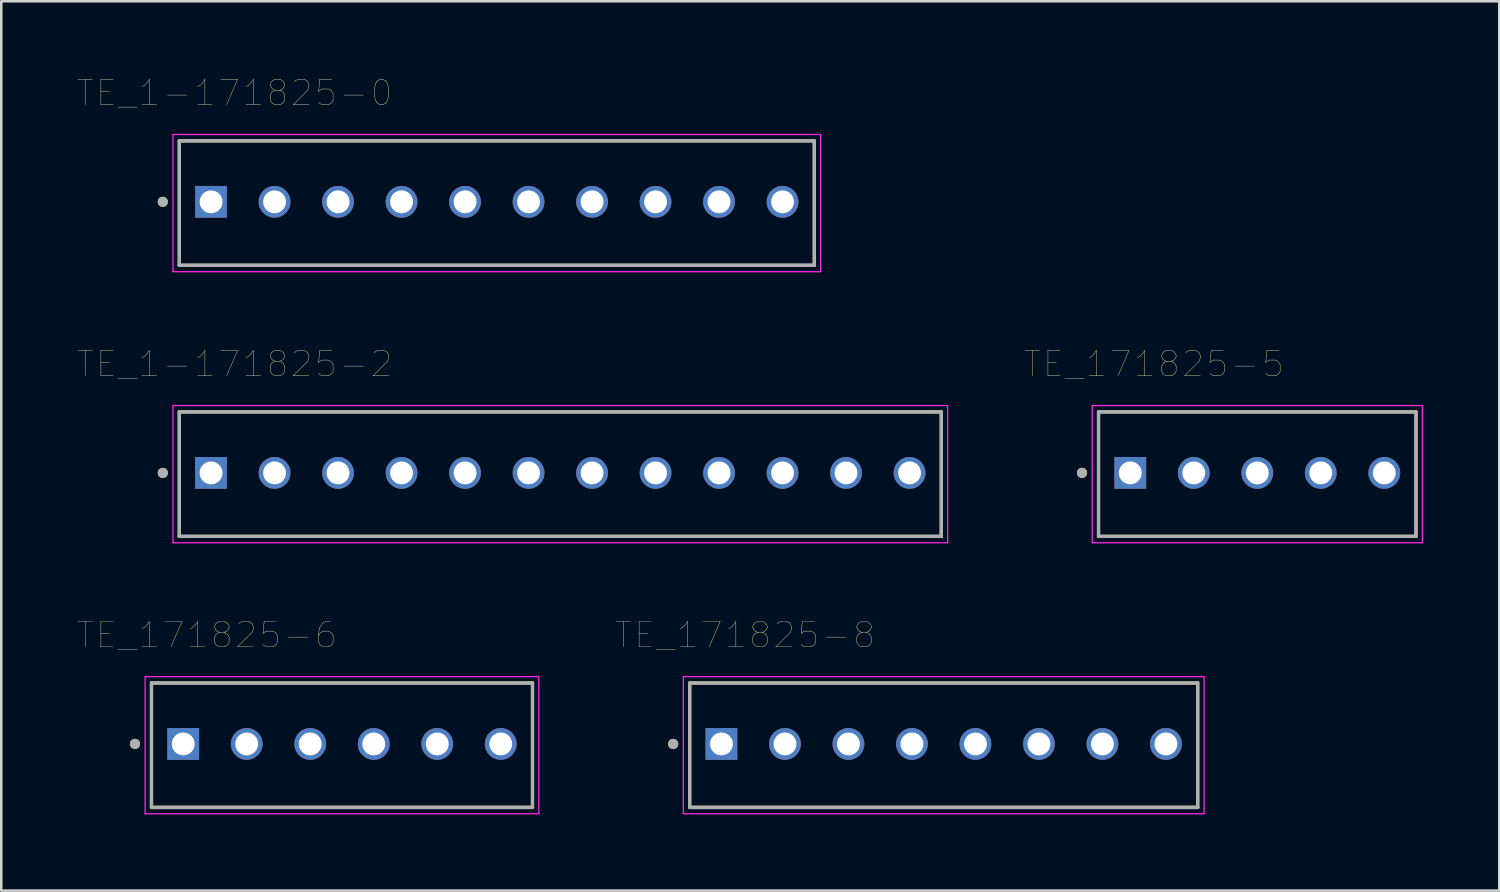
<source format=kicad_pcb>
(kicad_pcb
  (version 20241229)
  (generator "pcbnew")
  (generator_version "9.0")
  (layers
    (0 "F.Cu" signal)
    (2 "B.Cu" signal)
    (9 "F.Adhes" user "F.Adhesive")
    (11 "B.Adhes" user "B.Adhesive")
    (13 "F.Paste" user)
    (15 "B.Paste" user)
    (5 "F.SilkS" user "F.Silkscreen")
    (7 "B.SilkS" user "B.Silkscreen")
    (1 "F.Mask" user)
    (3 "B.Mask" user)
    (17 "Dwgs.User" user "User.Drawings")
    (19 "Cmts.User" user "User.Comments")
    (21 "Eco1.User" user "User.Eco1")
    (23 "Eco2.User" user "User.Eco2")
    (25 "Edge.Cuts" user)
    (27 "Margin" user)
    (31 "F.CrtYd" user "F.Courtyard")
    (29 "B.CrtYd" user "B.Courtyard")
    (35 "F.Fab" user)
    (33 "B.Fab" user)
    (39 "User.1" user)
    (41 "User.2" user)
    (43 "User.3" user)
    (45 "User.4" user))
  (footprint "TE_1-171825-2"
    (layer "F.Cu")
    (at 5.259 15.568)
    (property "Reference" "TE_1-171825-2" (at 0.925 -4.285 0) (layer "F.SilkS") (effects (font (size 1 1) (thickness 0.015))))
    (attr through_hole)
    (fp_line (start -1.25 2.5) (end -1.25 -2.4) (stroke (width 0.127) (type solid)) (layer "F.SilkS"))
    (fp_line (start 28.75 -2.4) (end -1.25 -2.4) (stroke (width 0.127) (type solid)) (layer "F.SilkS"))
    (fp_line (start 28.75 -2.4) (end 28.75 2.5) (stroke (width 0.127) (type solid)) (layer "F.SilkS"))
    (fp_line (start 28.75 2.5) (end -1.25 2.5) (stroke (width 0.127) (type solid)) (layer "F.SilkS"))
    (fp_circle (center -1.9 0) (end -1.8 0) (stroke (width 0.2) (type solid)) (fill no) (layer "F.SilkS"))
    (fp_line (start -1.5 -2.65) (end 29 -2.65) (stroke (width 0.05) (type solid)) (layer "F.CrtYd"))
    (fp_line (start -1.5 2.75) (end -1.5 -2.65) (stroke (width 0.05) (type solid)) (layer "F.CrtYd"))
    (fp_line (start 29 -2.65) (end 29 2.75) (stroke (width 0.05) (type solid)) (layer "F.CrtYd"))
    (fp_line (start 29 2.75) (end -1.5 2.75) (stroke (width 0.05) (type solid)) (layer "F.CrtYd"))
    (fp_line (start -1.25 -2.4) (end 28.75 -2.4) (stroke (width 0.127) (type solid)) (layer "F.Fab"))
    (fp_line (start -1.25 2.5) (end -1.25 -2.4) (stroke (width 0.127) (type solid)) (layer "F.Fab"))
    (fp_line (start -1.25 2.5) (end -1.25 2.5) (stroke (width 0.127) (type solid)) (layer "F.Fab"))
    (fp_line (start -1.25 2.5) (end 28.75 2.5) (stroke (width 0.127) (type solid)) (layer "F.Fab"))
    (fp_line (start 28.75 -2.4) (end 28.75 2.5) (stroke (width 0.127) (type solid)) (layer "F.Fab"))
    (fp_line (start 28.75 2.5) (end -1.25 2.5) (stroke (width 0.127) (type solid)) (layer "F.Fab"))
    (fp_line (start 28.75 2.5) (end 28.75 2.5) (stroke (width 0.127) (type solid)) (layer "F.Fab"))
    (fp_circle (center -1.9 0) (end -1.8 0) (stroke (width 0.2) (type solid)) (fill no) (layer "F.Fab"))
    (pad "1" thru_hole rect (at 0 0) (size 1.25 1.25) (drill 0.9) (layers "*.Cu" "*.Mask"))
    (pad "2" thru_hole circle (at 2.5 0) (size 1.25 1.25) (drill 0.9) (layers "*.Cu" "*.Mask"))
    (pad "3" thru_hole circle (at 5 0) (size 1.25 1.25) (drill 0.9) (layers "*.Cu" "*.Mask"))
    (pad "4" thru_hole circle (at 7.5 0) (size 1.25 1.25) (drill 0.9) (layers "*.Cu" "*.Mask"))
    (pad "5" thru_hole circle (at 10 0) (size 1.25 1.25) (drill 0.9) (layers "*.Cu" "*.Mask"))
    (pad "6" thru_hole circle (at 12.5 0) (size 1.25 1.25) (drill 0.9) (layers "*.Cu" "*.Mask"))
    (pad "7" thru_hole circle (at 15 0) (size 1.25 1.25) (drill 0.9) (layers "*.Cu" "*.Mask"))
    (pad "8" thru_hole circle (at 17.5 0) (size 1.25 1.25) (drill 0.9) (layers "*.Cu" "*.Mask"))
    (pad "9" thru_hole circle (at 20 0) (size 1.25 1.25) (drill 0.9) (layers "*.Cu" "*.Mask"))
    (pad "10" thru_hole circle (at 22.5 0) (size 1.25 1.25) (drill 0.9) (layers "*.Cu" "*.Mask"))
    (pad "11" thru_hole circle (at 25 0) (size 1.25 1.25) (drill 0.9) (layers "*.Cu" "*.Mask"))
    (pad "12" thru_hole circle (at 27.5 0) (size 1.25 1.25) (drill 0.9) (layers "*.Cu" "*.Mask")))
  (footprint "TE_171825-6"
    (layer "F.Cu")
    (at 4.164 26.239)
    (property "Reference" "TE_171825-6" (at 0.925 -4.285 0) (layer "F.SilkS") (effects (font (size 1 1) (thickness 0.015))))
    (attr through_hole)
    (fp_line (start -1.25 2.5) (end -1.25 -2.4) (stroke (width 0.127) (type solid)) (layer "F.SilkS"))
    (fp_line (start 13.75 -2.4) (end -1.25 -2.4) (stroke (width 0.127) (type solid)) (layer "F.SilkS"))
    (fp_line (start 13.75 -2.4) (end 13.75 2.5) (stroke (width 0.127) (type solid)) (layer "F.SilkS"))
    (fp_line (start 13.75 2.5) (end -1.25 2.5) (stroke (width 0.127) (type solid)) (layer "F.SilkS"))
    (fp_circle (center -1.9 0) (end -1.8 0) (stroke (width 0.2) (type solid)) (fill no) (layer "F.SilkS"))
    (fp_line (start -1.5 -2.65) (end 14 -2.65) (stroke (width 0.05) (type solid)) (layer "F.CrtYd"))
    (fp_line (start -1.5 2.75) (end -1.5 -2.65) (stroke (width 0.05) (type solid)) (layer "F.CrtYd"))
    (fp_line (start 14 -2.65) (end 14 2.75) (stroke (width 0.05) (type solid)) (layer "F.CrtYd"))
    (fp_line (start 14 2.75) (end -1.5 2.75) (stroke (width 0.05) (type solid)) (layer "F.CrtYd"))
    (fp_line (start -1.25 -2.4) (end 13.75 -2.4) (stroke (width 0.127) (type solid)) (layer "F.Fab"))
    (fp_line (start -1.25 2.5) (end -1.25 -2.4) (stroke (width 0.127) (type solid)) (layer "F.Fab"))
    (fp_line (start -1.25 2.5) (end -1.25 2.5) (stroke (width 0.127) (type solid)) (layer "F.Fab"))
    (fp_line (start -1.25 2.5) (end 13.75 2.5) (stroke (width 0.127) (type solid)) (layer "F.Fab"))
    (fp_line (start 13.75 -2.4) (end 13.75 2.5) (stroke (width 0.127) (type solid)) (layer "F.Fab"))
    (fp_line (start 13.75 2.5) (end -1.25 2.5) (stroke (width 0.127) (type solid)) (layer "F.Fab"))
    (fp_line (start 13.75 2.5) (end 13.75 2.5) (stroke (width 0.127) (type solid)) (layer "F.Fab"))
    (fp_circle (center -1.9 0) (end -1.8 0) (stroke (width 0.2) (type solid)) (fill no) (layer "F.Fab"))
    (pad "1" thru_hole rect (at 0 0) (size 1.25 1.25) (drill 0.9) (layers "*.Cu" "*.Mask"))
    (pad "2" thru_hole circle (at 2.5 0) (size 1.25 1.25) (drill 0.9) (layers "*.Cu" "*.Mask"))
    (pad "3" thru_hole circle (at 5 0) (size 1.25 1.25) (drill 0.9) (layers "*.Cu" "*.Mask"))
    (pad "4" thru_hole circle (at 7.5 0) (size 1.25 1.25) (drill 0.9) (layers "*.Cu" "*.Mask"))
    (pad "5" thru_hole circle (at 10 0) (size 1.25 1.25) (drill 0.9) (layers "*.Cu" "*.Mask"))
    (pad "6" thru_hole circle (at 12.5 0) (size 1.25 1.25) (drill 0.9) (layers "*.Cu" "*.Mask")))
  (footprint "TE_1-171825-0"
    (layer "F.Cu")
    (at 5.259 4.896)
    (property "Reference" "TE_1-171825-0" (at 0.925 -4.285 0) (layer "F.SilkS") (effects (font (size 1 1) (thickness 0.015))))
    (attr through_hole)
    (fp_line (start -1.25 2.5) (end -1.25 -2.4) (stroke (width 0.127) (type solid)) (layer "F.SilkS"))
    (fp_line (start 23.75 -2.4) (end -1.25 -2.4) (stroke (width 0.127) (type solid)) (layer "F.SilkS"))
    (fp_line (start 23.75 -2.4) (end 23.75 2.5) (stroke (width 0.127) (type solid)) (layer "F.SilkS"))
    (fp_line (start 23.75 2.5) (end -1.25 2.5) (stroke (width 0.127) (type solid)) (layer "F.SilkS"))
    (fp_circle (center -1.9 0) (end -1.8 0) (stroke (width 0.2) (type solid)) (fill no) (layer "F.SilkS"))
    (fp_line (start -1.5 -2.65) (end 24 -2.65) (stroke (width 0.05) (type solid)) (layer "F.CrtYd"))
    (fp_line (start -1.5 2.75) (end -1.5 -2.65) (stroke (width 0.05) (type solid)) (layer "F.CrtYd"))
    (fp_line (start 24 -2.65) (end 24 2.75) (stroke (width 0.05) (type solid)) (layer "F.CrtYd"))
    (fp_line (start 24 2.75) (end -1.5 2.75) (stroke (width 0.05) (type solid)) (layer "F.CrtYd"))
    (fp_line (start -1.25 -2.4) (end 23.75 -2.4) (stroke (width 0.127) (type solid)) (layer "F.Fab"))
    (fp_line (start -1.25 2.5) (end -1.25 -2.4) (stroke (width 0.127) (type solid)) (layer "F.Fab"))
    (fp_line (start -1.25 2.5) (end -1.25 2.5) (stroke (width 0.127) (type solid)) (layer "F.Fab"))
    (fp_line (start -1.25 2.5) (end 23.75 2.5) (stroke (width 0.127) (type solid)) (layer "F.Fab"))
    (fp_line (start 23.75 -2.4) (end 23.75 2.5) (stroke (width 0.127) (type solid)) (layer "F.Fab"))
    (fp_line (start 23.75 2.5) (end -1.25 2.5) (stroke (width 0.127) (type solid)) (layer "F.Fab"))
    (fp_line (start 23.75 2.5) (end 23.75 2.5) (stroke (width 0.127) (type solid)) (layer "F.Fab"))
    (fp_circle (center -1.9 0) (end -1.8 0) (stroke (width 0.2) (type solid)) (fill no) (layer "F.Fab"))
    (pad "1" thru_hole rect (at 0 0) (size 1.25 1.25) (drill 0.9) (layers "*.Cu" "*.Mask"))
    (pad "2" thru_hole circle (at 2.5 0) (size 1.25 1.25) (drill 0.9) (layers "*.Cu" "*.Mask"))
    (pad "3" thru_hole circle (at 5 0) (size 1.25 1.25) (drill 0.9) (layers "*.Cu" "*.Mask"))
    (pad "4" thru_hole circle (at 7.5 0) (size 1.25 1.25) (drill 0.9) (layers "*.Cu" "*.Mask"))
    (pad "5" thru_hole circle (at 10 0) (size 1.25 1.25) (drill 0.9) (layers "*.Cu" "*.Mask"))
    (pad "6" thru_hole circle (at 12.5 0) (size 1.25 1.25) (drill 0.9) (layers "*.Cu" "*.Mask"))
    (pad "7" thru_hole circle (at 15 0) (size 1.25 1.25) (drill 0.9) (layers "*.Cu" "*.Mask"))
    (pad "8" thru_hole circle (at 17.5 0) (size 1.25 1.25) (drill 0.9) (layers "*.Cu" "*.Mask"))
    (pad "9" thru_hole circle (at 20 0) (size 1.25 1.25) (drill 0.9) (layers "*.Cu" "*.Mask"))
    (pad "10" thru_hole circle (at 22.5 0) (size 1.25 1.25) (drill 0.9) (layers "*.Cu" "*.Mask")))
  (footprint "TE_171825-8"
    (layer "F.Cu")
    (at 25.353 26.239)
    (property "Reference" "TE_171825-8" (at 0.925 -4.285 0) (layer "F.SilkS") (effects (font (size 1 1) (thickness 0.015))))
    (attr through_hole)
    (fp_line (start -1.25 2.5) (end -1.25 -2.4) (stroke (width 0.127) (type solid)) (layer "F.SilkS"))
    (fp_line (start 18.75 -2.4) (end -1.25 -2.4) (stroke (width 0.127) (type solid)) (layer "F.SilkS"))
    (fp_line (start 18.75 -2.4) (end 18.75 2.5) (stroke (width 0.127) (type solid)) (layer "F.SilkS"))
    (fp_line (start 18.75 2.5) (end -1.25 2.5) (stroke (width 0.127) (type solid)) (layer "F.SilkS"))
    (fp_circle (center -1.9 0) (end -1.8 0) (stroke (width 0.2) (type solid)) (fill no) (layer "F.SilkS"))
    (fp_line (start -1.5 -2.65) (end 19 -2.65) (stroke (width 0.05) (type solid)) (layer "F.CrtYd"))
    (fp_line (start -1.5 2.75) (end -1.5 -2.65) (stroke (width 0.05) (type solid)) (layer "F.CrtYd"))
    (fp_line (start 19 -2.65) (end 19 2.75) (stroke (width 0.05) (type solid)) (layer "F.CrtYd"))
    (fp_line (start 19 2.75) (end -1.5 2.75) (stroke (width 0.05) (type solid)) (layer "F.CrtYd"))
    (fp_line (start -1.25 -2.4) (end 18.75 -2.4) (stroke (width 0.127) (type solid)) (layer "F.Fab"))
    (fp_line (start -1.25 2.5) (end -1.25 -2.4) (stroke (width 0.127) (type solid)) (layer "F.Fab"))
    (fp_line (start -1.25 2.5) (end -1.25 2.5) (stroke (width 0.127) (type solid)) (layer "F.Fab"))
    (fp_line (start -1.25 2.5) (end 18.75 2.5) (stroke (width 0.127) (type solid)) (layer "F.Fab"))
    (fp_line (start 18.75 -2.4) (end 18.75 2.5) (stroke (width 0.127) (type solid)) (layer "F.Fab"))
    (fp_line (start 18.75 2.5) (end -1.25 2.5) (stroke (width 0.127) (type solid)) (layer "F.Fab"))
    (fp_line (start 18.75 2.5) (end 18.75 2.5) (stroke (width 0.127) (type solid)) (layer "F.Fab"))
    (fp_circle (center -1.9 0) (end -1.8 0) (stroke (width 0.2) (type solid)) (fill no) (layer "F.Fab"))
    (pad "1" thru_hole rect (at 0 0) (size 1.25 1.25) (drill 0.9) (layers "*.Cu" "*.Mask"))
    (pad "2" thru_hole circle (at 2.5 0) (size 1.25 1.25) (drill 0.9) (layers "*.Cu" "*.Mask"))
    (pad "3" thru_hole circle (at 5 0) (size 1.25 1.25) (drill 0.9) (layers "*.Cu" "*.Mask"))
    (pad "4" thru_hole circle (at 7.5 0) (size 1.25 1.25) (drill 0.9) (layers "*.Cu" "*.Mask"))
    (pad "5" thru_hole circle (at 10 0) (size 1.25 1.25) (drill 0.9) (layers "*.Cu" "*.Mask"))
    (pad "6" thru_hole circle (at 12.5 0) (size 1.25 1.25) (drill 0.9) (layers "*.Cu" "*.Mask"))
    (pad "7" thru_hole circle (at 15 0) (size 1.25 1.25) (drill 0.9) (layers "*.Cu" "*.Mask"))
    (pad "8" thru_hole circle (at 17.5 0) (size 1.25 1.25) (drill 0.9) (layers "*.Cu" "*.Mask")))
  (footprint "TE_171825-5"
    (layer "F.Cu")
    (at 41.449 15.568)
    (property "Reference" "TE_171825-5" (at 0.925 -4.285 0) (layer "F.SilkS") (effects (font (size 1 1) (thickness 0.015))))
    (attr through_hole)
    (fp_line (start -1.25 2.5) (end -1.25 -2.4) (stroke (width 0.127) (type solid)) (layer "F.SilkS"))
    (fp_line (start 11.25 -2.4) (end -1.25 -2.4) (stroke (width 0.127) (type solid)) (layer "F.SilkS"))
    (fp_line (start 11.25 -2.4) (end 11.25 2.5) (stroke (width 0.127) (type solid)) (layer "F.SilkS"))
    (fp_line (start 11.25 2.5) (end -1.25 2.5) (stroke (width 0.127) (type solid)) (layer "F.SilkS"))
    (fp_circle (center -1.9 0) (end -1.8 0) (stroke (width 0.2) (type solid)) (fill no) (layer "F.SilkS"))
    (fp_line (start -1.5 -2.65) (end 11.5 -2.65) (stroke (width 0.05) (type solid)) (layer "F.CrtYd"))
    (fp_line (start -1.5 2.75) (end -1.5 -2.65) (stroke (width 0.05) (type solid)) (layer "F.CrtYd"))
    (fp_line (start 11.5 -2.65) (end 11.5 2.75) (stroke (width 0.05) (type solid)) (layer "F.CrtYd"))
    (fp_line (start 11.5 2.75) (end -1.5 2.75) (stroke (width 0.05) (type solid)) (layer "F.CrtYd"))
    (fp_line (start -1.25 -2.4) (end 11.25 -2.4) (stroke (width 0.127) (type solid)) (layer "F.Fab"))
    (fp_line (start -1.25 2.5) (end -1.25 -2.4) (stroke (width 0.127) (type solid)) (layer "F.Fab"))
    (fp_line (start -1.25 2.5) (end -1.25 2.5) (stroke (width 0.127) (type solid)) (layer "F.Fab"))
    (fp_line (start -1.25 2.5) (end 11.25 2.5) (stroke (width 0.127) (type solid)) (layer "F.Fab"))
    (fp_line (start 11.25 -2.4) (end 11.25 2.5) (stroke (width 0.127) (type solid)) (layer "F.Fab"))
    (fp_line (start 11.25 2.5) (end -1.25 2.5) (stroke (width 0.127) (type solid)) (layer "F.Fab"))
    (fp_line (start 11.25 2.5) (end 11.25 2.5) (stroke (width 0.127) (type solid)) (layer "F.Fab"))
    (fp_circle (center -1.9 0) (end -1.8 0) (stroke (width 0.2) (type solid)) (fill no) (layer "F.Fab"))
    (pad "1" thru_hole rect (at 0 0) (size 1.25 1.25) (drill 0.9) (layers "*.Cu" "*.Mask"))
    (pad "2" thru_hole circle (at 2.5 0) (size 1.25 1.25) (drill 0.9) (layers "*.Cu" "*.Mask"))
    (pad "3" thru_hole circle (at 5 0) (size 1.25 1.25) (drill 0.9) (layers "*.Cu" "*.Mask"))
    (pad "4" thru_hole circle (at 7.5 0) (size 1.25 1.25) (drill 0.9) (layers "*.Cu" "*.Mask"))
    (pad "5" thru_hole circle (at 10 0) (size 1.25 1.25) (drill 0.9) (layers "*.Cu" "*.Mask")))
  (gr_rect
    (start -3 -3)
    (end 55.974 32.014)
    (stroke (width 0.1) (type default))
    (fill no)
    (layer "Edge.Cuts")))
</source>
